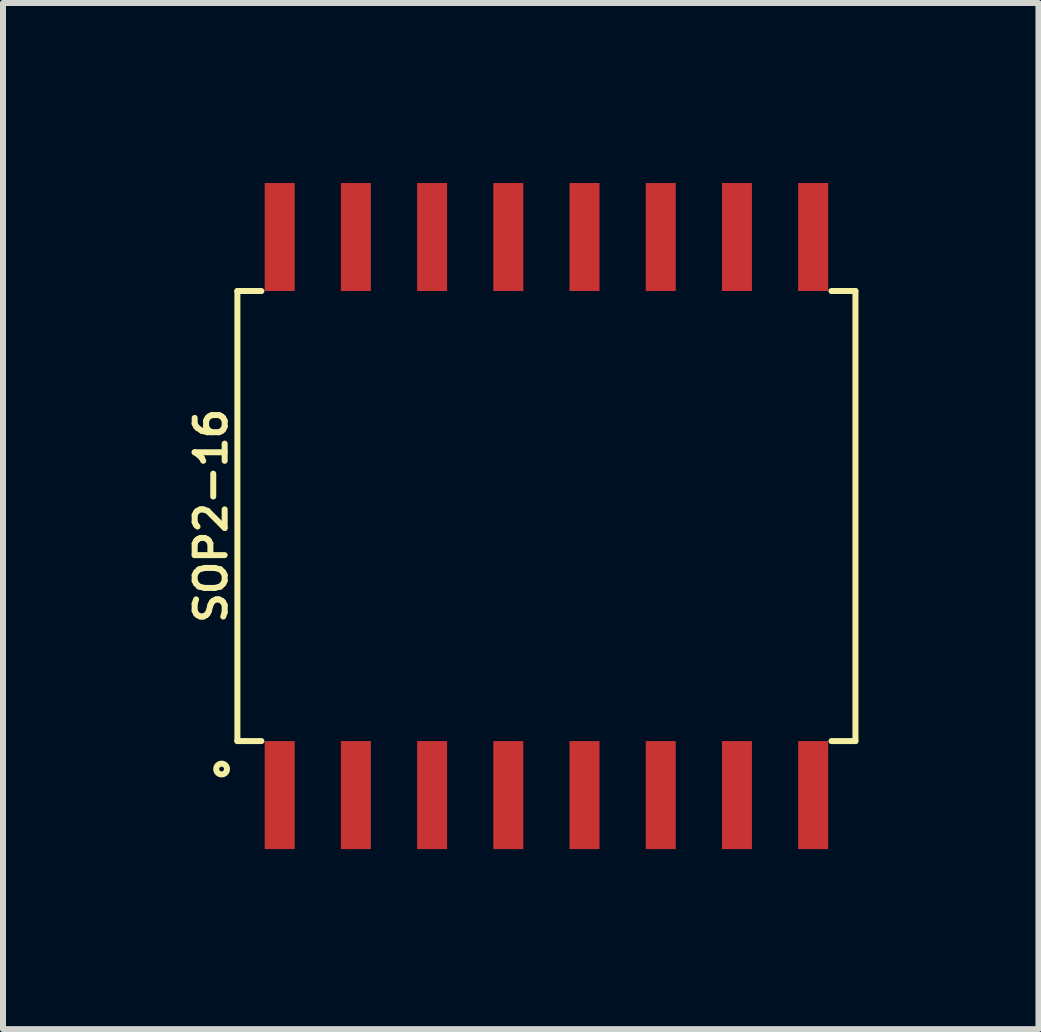
<source format=kicad_pcb>
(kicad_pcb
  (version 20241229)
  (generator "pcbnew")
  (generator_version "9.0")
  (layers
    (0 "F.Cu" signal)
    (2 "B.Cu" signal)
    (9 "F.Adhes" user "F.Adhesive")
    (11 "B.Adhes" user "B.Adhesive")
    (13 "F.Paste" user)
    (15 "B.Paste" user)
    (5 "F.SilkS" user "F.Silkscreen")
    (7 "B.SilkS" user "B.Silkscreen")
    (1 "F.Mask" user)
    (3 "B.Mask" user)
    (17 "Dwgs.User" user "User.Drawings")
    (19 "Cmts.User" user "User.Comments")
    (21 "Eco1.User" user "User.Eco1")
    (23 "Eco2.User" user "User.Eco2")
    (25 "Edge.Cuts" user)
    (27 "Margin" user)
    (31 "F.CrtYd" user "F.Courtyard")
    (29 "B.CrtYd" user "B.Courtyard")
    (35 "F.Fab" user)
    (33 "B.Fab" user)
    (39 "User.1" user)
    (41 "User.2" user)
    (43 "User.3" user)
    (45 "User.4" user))
  (footprint "SOP2-16"
    (layer "F.Cu")
    (at 6.056 5.55)
    (property "Reference" "SOP2-16" (at -5.588 -0.004 90) (layer "F.SilkS") (effects (font (size 0.5 0.5) (thickness 0.1))))
    (attr through_hole)
    (fp_line (start -5.15 -3.75) (end -4.75 -3.75) (stroke (width 0.1) (type solid)) (layer "F.SilkS"))
    (fp_line (start -5.15 3.75) (end -5.15 -3.75) (stroke (width 0.1) (type solid)) (layer "F.SilkS"))
    (fp_line (start -4.75 3.75) (end -5.15 3.75) (stroke (width 0.1) (type solid)) (layer "F.SilkS"))
    (fp_line (start 4.75 -3.75) (end 5.15 -3.75) (stroke (width 0.1) (type solid)) (layer "F.SilkS"))
    (fp_line (start 5.15 -3.75) (end 5.15 3.75) (stroke (width 0.1) (type solid)) (layer "F.SilkS"))
    (fp_line (start 5.15 3.75) (end 4.75 3.75) (stroke (width 0.1) (type solid)) (layer "F.SilkS"))
    (fp_circle (center -5.413 4.216) (end -5.347 4.277) (stroke (width 0.1) (type solid)) (fill no) (layer "F.SilkS"))
    (pad "1" smd rect (at -4.445 4.65) (size 0.5 1.8) (layers "F.Cu" "F.Mask" "F.Paste"))
    (pad "2" smd rect (at -3.175 4.65) (size 0.5 1.8) (layers "F.Cu" "F.Mask" "F.Paste"))
    (pad "3" smd rect (at -1.905 4.65) (size 0.5 1.8) (layers "F.Cu" "F.Mask" "F.Paste"))
    (pad "4" smd rect (at -0.635 4.65) (size 0.5 1.8) (layers "F.Cu" "F.Mask" "F.Paste"))
    (pad "5" smd rect (at 0.635 4.65) (size 0.5 1.8) (layers "F.Cu" "F.Mask" "F.Paste"))
    (pad "6" smd rect (at 1.905 4.65) (size 0.5 1.8) (layers "F.Cu" "F.Mask" "F.Paste"))
    (pad "7" smd rect (at 3.175 4.65) (size 0.5 1.8) (layers "F.Cu" "F.Mask" "F.Paste"))
    (pad "8" smd rect (at 4.445 4.65) (size 0.5 1.8) (layers "F.Cu" "F.Mask" "F.Paste"))
    (pad "9" smd rect (at 4.445 -4.65) (size 0.5 1.8) (layers "F.Cu" "F.Mask" "F.Paste"))
    (pad "10" smd rect (at 3.175 -4.65) (size 0.5 1.8) (layers "F.Cu" "F.Mask" "F.Paste"))
    (pad "11" smd rect (at 1.905 -4.65) (size 0.5 1.8) (layers "F.Cu" "F.Mask" "F.Paste"))
    (pad "12" smd rect (at 0.635 -4.65) (size 0.5 1.8) (layers "F.Cu" "F.Mask" "F.Paste"))
    (pad "13" smd rect (at -0.635 -4.65) (size 0.5 1.8) (layers "F.Cu" "F.Mask" "F.Paste"))
    (pad "14" smd rect (at -1.905 -4.65) (size 0.5 1.8) (layers "F.Cu" "F.Mask" "F.Paste"))
    (pad "15" smd rect (at -3.175 -4.65) (size 0.5 1.8) (layers "F.Cu" "F.Mask" "F.Paste"))
    (pad "16" smd rect (at -4.445 -4.65) (size 0.5 1.8) (layers "F.Cu" "F.Mask" "F.Paste")))
  (gr_rect
    (start -3 -3)
    (end 14.256 14.1)
    (stroke (width 0.1) (type default))
    (fill no)
    (layer "Edge.Cuts")))
</source>
